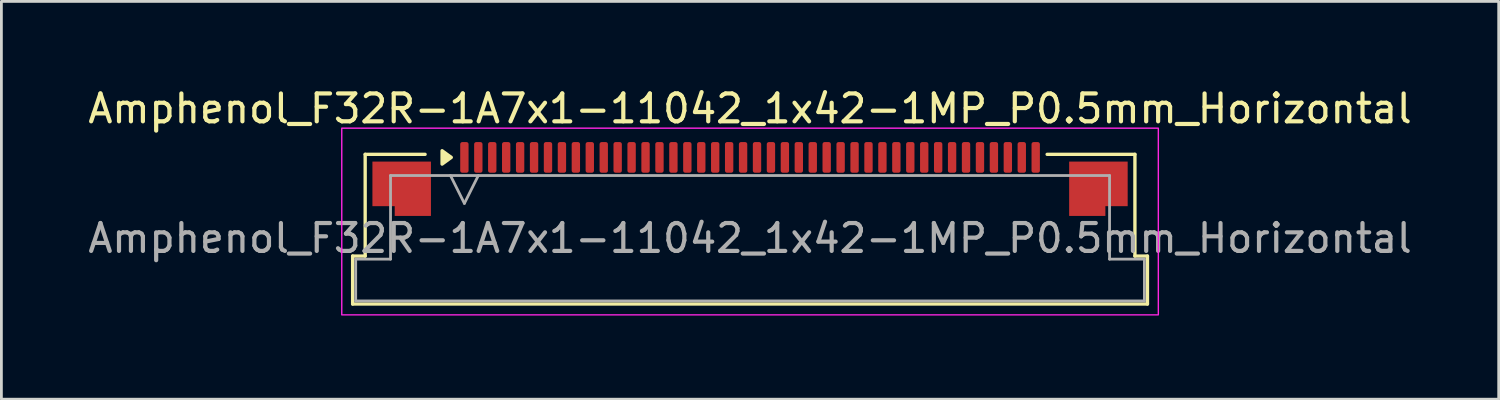
<source format=kicad_pcb>
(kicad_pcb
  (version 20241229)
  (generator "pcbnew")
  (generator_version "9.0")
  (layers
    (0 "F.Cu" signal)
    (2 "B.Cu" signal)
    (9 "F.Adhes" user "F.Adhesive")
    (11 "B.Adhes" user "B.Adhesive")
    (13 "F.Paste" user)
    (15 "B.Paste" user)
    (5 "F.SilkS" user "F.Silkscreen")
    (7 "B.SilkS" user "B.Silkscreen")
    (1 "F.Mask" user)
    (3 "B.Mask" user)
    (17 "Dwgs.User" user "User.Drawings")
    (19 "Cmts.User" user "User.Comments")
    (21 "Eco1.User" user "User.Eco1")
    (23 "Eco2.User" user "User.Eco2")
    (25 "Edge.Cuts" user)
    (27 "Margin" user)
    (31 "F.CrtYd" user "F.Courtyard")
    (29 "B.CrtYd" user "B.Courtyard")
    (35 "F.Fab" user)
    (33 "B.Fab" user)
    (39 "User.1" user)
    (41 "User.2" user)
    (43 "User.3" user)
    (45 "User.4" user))
  (footprint "Amphenol_F32R-1A7x1-11042_1x42-1MP_P0.5mm_Horizontal"
    (layer "F.Cu")
    (at 23.863 5.498)
    (property "Reference" "Amphenol_F32R-1A7x1-11042_1x42-1MP_P0.5mm_Horizontal" (at 0 -4.65 0) (layer "F.SilkS") (effects (font (size 1 1) (thickness 0.15))))
    (attr smd)
    (fp_line (start -14.26 0.64) (end -13.81 0.64) (stroke (width 0.12) (type solid)) (layer "F.SilkS"))
    (fp_line (start -14.26 2.36) (end -14.26 0.64) (stroke (width 0.12) (type solid)) (layer "F.SilkS"))
    (fp_line (start -13.81 -3.01) (end -11.66 -3.01) (stroke (width 0.12) (type solid)) (layer "F.SilkS"))
    (fp_line (start -13.81 0.64) (end -13.81 -3.01) (stroke (width 0.12) (type solid)) (layer "F.SilkS"))
    (fp_line (start 10.66 -3.01) (end 13.81 -3.01) (stroke (width 0.12) (type solid)) (layer "F.SilkS"))
    (fp_line (start 13.81 -3.01) (end 13.81 0.64) (stroke (width 0.12) (type solid)) (layer "F.SilkS"))
    (fp_line (start 13.81 0.64) (end 14.26 0.64) (stroke (width 0.12) (type solid)) (layer "F.SilkS"))
    (fp_line (start 14.26 0.64) (end 14.26 2.36) (stroke (width 0.12) (type solid)) (layer "F.SilkS"))
    (fp_line (start 14.26 2.36) (end -14.26 2.36) (stroke (width 0.12) (type solid)) (layer "F.SilkS"))
    (fp_poly (pts (xy -10.72 -2.9) (xy -11.05 -2.66) (xy -11.05 -3.14)) (stroke (width 0.12) (type solid)) (fill yes) (layer "F.SilkS"))
    (fp_rect (start -14.65 -3.95) (end 14.65 2.75) (stroke (width 0.05) (type solid)) (fill no) (layer "F.CrtYd"))
    (fp_line (start -14.15 0.75) (end -12.9 0.75) (stroke (width 0.1) (type solid)) (layer "F.Fab"))
    (fp_line (start -14.15 2.25) (end -14.15 0.75) (stroke (width 0.1) (type solid)) (layer "F.Fab"))
    (fp_line (start -12.9 -2.25) (end 12.9 -2.25) (stroke (width 0.1) (type solid)) (layer "F.Fab"))
    (fp_line (start -12.9 0.75) (end -12.9 -2.25) (stroke (width 0.1) (type solid)) (layer "F.Fab"))
    (fp_line (start -10.75 -2.25) (end -10.25 -1.25) (stroke (width 0.1) (type solid)) (layer "F.Fab"))
    (fp_line (start -10.25 -1.25) (end -9.75 -2.25) (stroke (width 0.1) (type solid)) (layer "F.Fab"))
    (fp_line (start 12.9 -2.25) (end 12.9 0.75) (stroke (width 0.1) (type solid)) (layer "F.Fab"))
    (fp_line (start 12.9 0.75) (end 14.15 0.75) (stroke (width 0.1) (type solid)) (layer "F.Fab"))
    (fp_line (start 14.15 0.75) (end 14.15 2.25) (stroke (width 0.1) (type solid)) (layer "F.Fab"))
    (fp_line (start 14.15 2.25) (end -14.15 2.25) (stroke (width 0.1) (type solid)) (layer "F.Fab"))
    (fp_text user "${REFERENCE}" (at 0 0 0) (layer "F.Fab") (effects (font (size 1 1) (thickness 0.15))))
    (pad "1" smd roundrect (at -10.25 -2.9) (size 0.3 1.1) (layers "F.Cu" "F.Mask" "F.Paste") (roundrect_rratio 0.25))
    (pad "2" smd roundrect (at -9.75 -2.9) (size 0.3 1.1) (layers "F.Cu" "F.Mask" "F.Paste") (roundrect_rratio 0.25))
    (pad "3" smd roundrect (at -9.25 -2.9) (size 0.3 1.1) (layers "F.Cu" "F.Mask" "F.Paste") (roundrect_rratio 0.25))
    (pad "4" smd roundrect (at -8.75 -2.9) (size 0.3 1.1) (layers "F.Cu" "F.Mask" "F.Paste") (roundrect_rratio 0.25))
    (pad "5" smd roundrect (at -8.25 -2.9) (size 0.3 1.1) (layers "F.Cu" "F.Mask" "F.Paste") (roundrect_rratio 0.25))
    (pad "6" smd roundrect (at -7.75 -2.9) (size 0.3 1.1) (layers "F.Cu" "F.Mask" "F.Paste") (roundrect_rratio 0.25))
    (pad "7" smd roundrect (at -7.25 -2.9) (size 0.3 1.1) (layers "F.Cu" "F.Mask" "F.Paste") (roundrect_rratio 0.25))
    (pad "8" smd roundrect (at -6.75 -2.9) (size 0.3 1.1) (layers "F.Cu" "F.Mask" "F.Paste") (roundrect_rratio 0.25))
    (pad "9" smd roundrect (at -6.25 -2.9) (size 0.3 1.1) (layers "F.Cu" "F.Mask" "F.Paste") (roundrect_rratio 0.25))
    (pad "10" smd roundrect (at -5.75 -2.9) (size 0.3 1.1) (layers "F.Cu" "F.Mask" "F.Paste") (roundrect_rratio 0.25))
    (pad "11" smd roundrect (at -5.25 -2.9) (size 0.3 1.1) (layers "F.Cu" "F.Mask" "F.Paste") (roundrect_rratio 0.25))
    (pad "12" smd roundrect (at -4.75 -2.9) (size 0.3 1.1) (layers "F.Cu" "F.Mask" "F.Paste") (roundrect_rratio 0.25))
    (pad "13" smd roundrect (at -4.25 -2.9) (size 0.3 1.1) (layers "F.Cu" "F.Mask" "F.Paste") (roundrect_rratio 0.25))
    (pad "14" smd roundrect (at -3.75 -2.9) (size 0.3 1.1) (layers "F.Cu" "F.Mask" "F.Paste") (roundrect_rratio 0.25))
    (pad "15" smd roundrect (at -3.25 -2.9) (size 0.3 1.1) (layers "F.Cu" "F.Mask" "F.Paste") (roundrect_rratio 0.25))
    (pad "16" smd roundrect (at -2.75 -2.9) (size 0.3 1.1) (layers "F.Cu" "F.Mask" "F.Paste") (roundrect_rratio 0.25))
    (pad "17" smd roundrect (at -2.25 -2.9) (size 0.3 1.1) (layers "F.Cu" "F.Mask" "F.Paste") (roundrect_rratio 0.25))
    (pad "18" smd roundrect (at -1.75 -2.9) (size 0.3 1.1) (layers "F.Cu" "F.Mask" "F.Paste") (roundrect_rratio 0.25))
    (pad "19" smd roundrect (at -1.25 -2.9) (size 0.3 1.1) (layers "F.Cu" "F.Mask" "F.Paste") (roundrect_rratio 0.25))
    (pad "20" smd roundrect (at -0.75 -2.9) (size 0.3 1.1) (layers "F.Cu" "F.Mask" "F.Paste") (roundrect_rratio 0.25))
    (pad "21" smd roundrect (at -0.25 -2.9) (size 0.3 1.1) (layers "F.Cu" "F.Mask" "F.Paste") (roundrect_rratio 0.25))
    (pad "22" smd roundrect (at 0.25 -2.9) (size 0.3 1.1) (layers "F.Cu" "F.Mask" "F.Paste") (roundrect_rratio 0.25))
    (pad "23" smd roundrect (at 0.75 -2.9) (size 0.3 1.1) (layers "F.Cu" "F.Mask" "F.Paste") (roundrect_rratio 0.25))
    (pad "24" smd roundrect (at 1.25 -2.9) (size 0.3 1.1) (layers "F.Cu" "F.Mask" "F.Paste") (roundrect_rratio 0.25))
    (pad "25" smd roundrect (at 1.75 -2.9) (size 0.3 1.1) (layers "F.Cu" "F.Mask" "F.Paste") (roundrect_rratio 0.25))
    (pad "26" smd roundrect (at 2.25 -2.9) (size 0.3 1.1) (layers "F.Cu" "F.Mask" "F.Paste") (roundrect_rratio 0.25))
    (pad "27" smd roundrect (at 2.75 -2.9) (size 0.3 1.1) (layers "F.Cu" "F.Mask" "F.Paste") (roundrect_rratio 0.25))
    (pad "28" smd roundrect (at 3.25 -2.9) (size 0.3 1.1) (layers "F.Cu" "F.Mask" "F.Paste") (roundrect_rratio 0.25))
    (pad "29" smd roundrect (at 3.75 -2.9) (size 0.3 1.1) (layers "F.Cu" "F.Mask" "F.Paste") (roundrect_rratio 0.25))
    (pad "30" smd roundrect (at 4.25 -2.9) (size 0.3 1.1) (layers "F.Cu" "F.Mask" "F.Paste") (roundrect_rratio 0.25))
    (pad "31" smd roundrect (at 4.75 -2.9) (size 0.3 1.1) (layers "F.Cu" "F.Mask" "F.Paste") (roundrect_rratio 0.25))
    (pad "32" smd roundrect (at 5.25 -2.9) (size 0.3 1.1) (layers "F.Cu" "F.Mask" "F.Paste") (roundrect_rratio 0.25))
    (pad "33" smd roundrect (at 5.75 -2.9) (size 0.3 1.1) (layers "F.Cu" "F.Mask" "F.Paste") (roundrect_rratio 0.25))
    (pad "34" smd roundrect (at 6.25 -2.9) (size 0.3 1.1) (layers "F.Cu" "F.Mask" "F.Paste") (roundrect_rratio 0.25))
    (pad "35" smd roundrect (at 6.75 -2.9) (size 0.3 1.1) (layers "F.Cu" "F.Mask" "F.Paste") (roundrect_rratio 0.25))
    (pad "36" smd roundrect (at 7.25 -2.9) (size 0.3 1.1) (layers "F.Cu" "F.Mask" "F.Paste") (roundrect_rratio 0.25))
    (pad "37" smd roundrect (at 7.75 -2.9) (size 0.3 1.1) (layers "F.Cu" "F.Mask" "F.Paste") (roundrect_rratio 0.25))
    (pad "38" smd roundrect (at 8.25 -2.9) (size 0.3 1.1) (layers "F.Cu" "F.Mask" "F.Paste") (roundrect_rratio 0.25))
    (pad "39" smd roundrect (at 8.75 -2.9) (size 0.3 1.1) (layers "F.Cu" "F.Mask" "F.Paste") (roundrect_rratio 0.25))
    (pad "40" smd roundrect (at 9.25 -2.9) (size 0.3 1.1) (layers "F.Cu" "F.Mask" "F.Paste") (roundrect_rratio 0.25))
    (pad "41" smd roundrect (at 9.75 -2.9) (size 0.3 1.1) (layers "F.Cu" "F.Mask" "F.Paste") (roundrect_rratio 0.25))
    (pad "42" smd roundrect (at 10.25 -2.9) (size 0.3 1.1) (layers "F.Cu" "F.Mask" "F.Paste") (roundrect_rratio 0.25))
    (pad "MP" smd custom (at -12.5 -1.775) (size 1 1) (layers "F.Cu" "F.Mask" "F.Paste") (options (anchor circle)) (primitives (gr_poly (pts (xy 1.05 -0.975) (xy 1.05 0.975) (xy -0.25 0.975) (xy -0.25 0.625) (xy -1.05 0.625) (xy -1.05 -0.975)) (width 0) (fill yes))))
    (pad "MP" smd custom (at 12.5 -1.775) (size 1 1) (layers "F.Cu" "F.Mask" "F.Paste") (options (anchor circle)) (primitives (gr_poly (pts (xy -1.05 -0.975) (xy -1.05 0.975) (xy 0.25 0.975) (xy 0.25 0.625) (xy 1.05 0.625) (xy 1.05 -0.975)) (width 0) (fill yes)))))
  (gr_rect
    (start -3 -3)
    (end 50.726 11.273)
    (stroke (width 0.1) (type default))
    (fill no)
    (layer "Edge.Cuts")))
</source>
